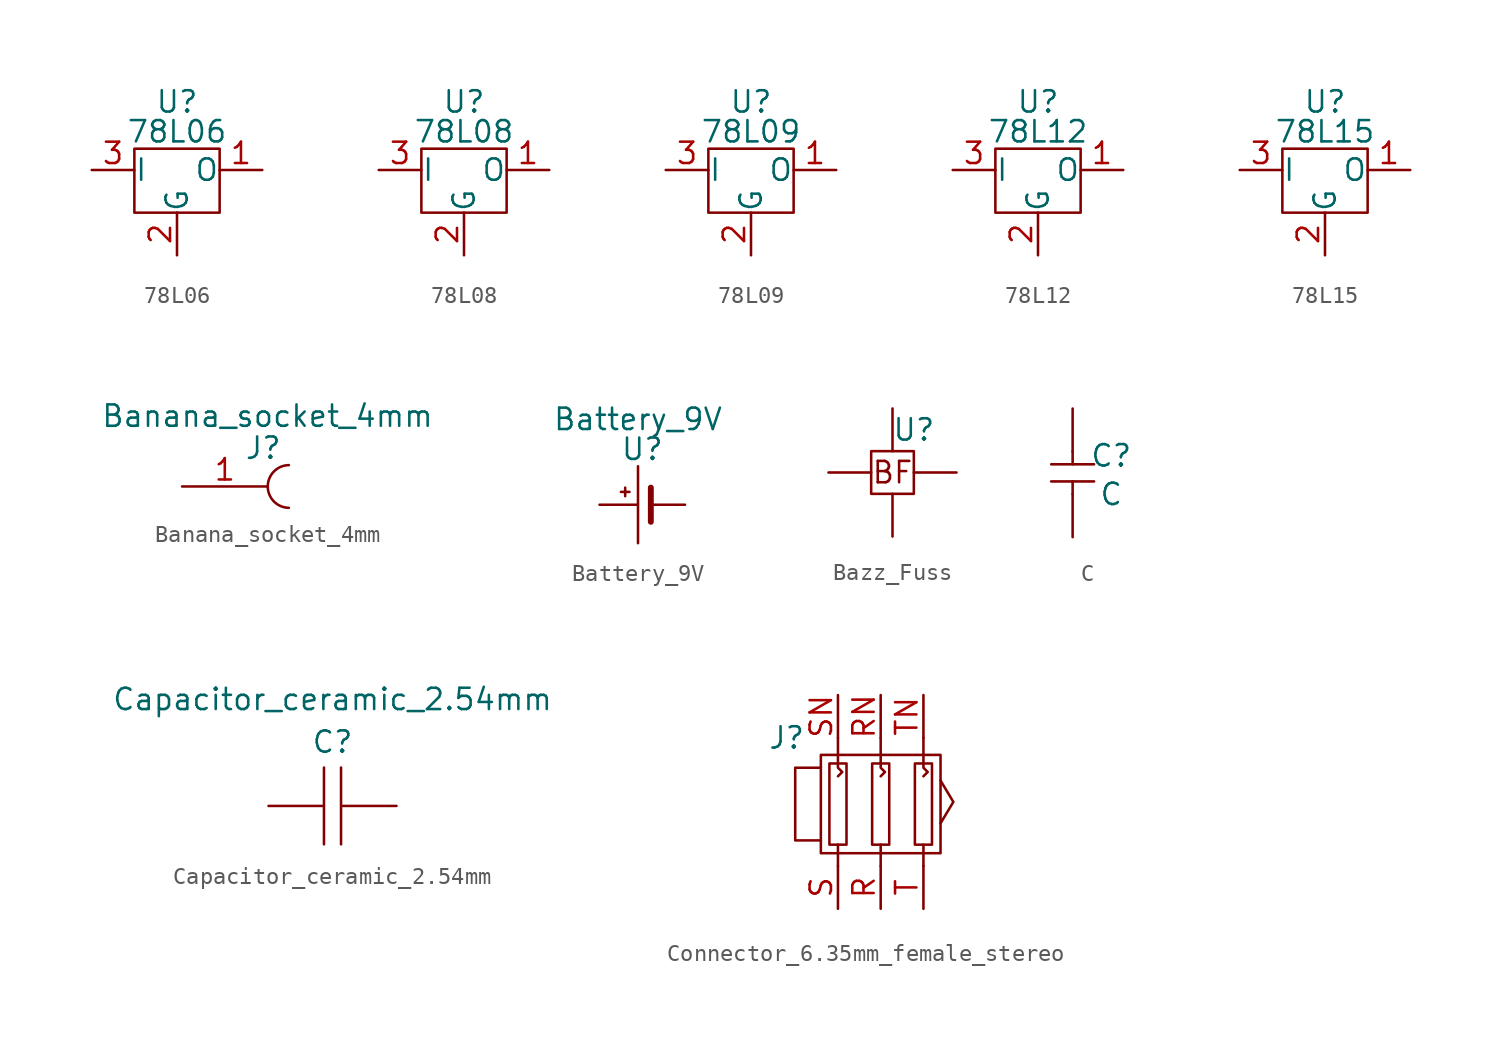
<source format=kicad_sym>
(kicad_symbol_lib
  (version 20211014)
  (generator kicad_symbol_editor)
  (symbol "78L06"
    (pin_names
      (offset 0.002))
    (property "Reference" "U"
      (at 0 4.064 0)
      (effects (font (size 1.27 1.27))))
    (property "Value" "78L06"
      (at 0 2.286 0)
      (effects (font (size 1.27 1.27))))
    (symbol "78L06_0_1"
      (rectangle (start -2.54 1.27) (end 2.54 -2.54) (stroke (width 0) (type default) (color 0 0 0 0)) (fill (type none))))
    (symbol "78L06_1_1"
      (pin power_out line (at 5.08 0 180) (length 2.54) (name "O" (effects (font (size 1.27 1.27)))) (number "1" (effects (font (size 1.27 1.27)))))
      (pin passive line (at 0 -5.08 90) (length 2.54) (name "G" (effects (font (size 1.27 1.27)))) (number "2" (effects (font (size 1.27 1.27)))))
      (pin power_in line (at -5.08 0 0) (length 2.54) (name "I" (effects (font (size 1.27 1.27)))) (number "3" (effects (font (size 1.27 1.27)))))))
  (symbol "78L08"
    (pin_names
      (offset 0.002))
    (property "Reference" "U"
      (at 0 4.064 0)
      (effects (font (size 1.27 1.27))))
    (property "Value" "78L08"
      (at 0 2.286 0)
      (effects (font (size 1.27 1.27))))
    (symbol "78L08_0_1"
      (rectangle (start -2.54 1.27) (end 2.54 -2.54) (stroke (width 0) (type default) (color 0 0 0 0)) (fill (type none))))
    (symbol "78L08_1_1"
      (pin power_out line (at 5.08 0 180) (length 2.54) (name "O" (effects (font (size 1.27 1.27)))) (number "1" (effects (font (size 1.27 1.27)))))
      (pin passive line (at 0 -5.08 90) (length 2.54) (name "G" (effects (font (size 1.27 1.27)))) (number "2" (effects (font (size 1.27 1.27)))))
      (pin power_in line (at -5.08 0 0) (length 2.54) (name "I" (effects (font (size 1.27 1.27)))) (number "3" (effects (font (size 1.27 1.27)))))))
  (symbol "78L09"
    (pin_names
      (offset 0.002))
    (property "Reference" "U"
      (at 0 4.064 0)
      (effects (font (size 1.27 1.27))))
    (property "Value" "78L09"
      (at 0 2.286 0)
      (effects (font (size 1.27 1.27))))
    (symbol "78L09_0_1"
      (rectangle (start -2.54 1.27) (end 2.54 -2.54) (stroke (width 0) (type default) (color 0 0 0 0)) (fill (type none))))
    (symbol "78L09_1_1"
      (pin power_out line (at 5.08 0 180) (length 2.54) (name "O" (effects (font (size 1.27 1.27)))) (number "1" (effects (font (size 1.27 1.27)))))
      (pin passive line (at 0 -5.08 90) (length 2.54) (name "G" (effects (font (size 1.27 1.27)))) (number "2" (effects (font (size 1.27 1.27)))))
      (pin power_in line (at -5.08 0 0) (length 2.54) (name "I" (effects (font (size 1.27 1.27)))) (number "3" (effects (font (size 1.27 1.27)))))))
  (symbol "78L12"
    (pin_names
      (offset 0.002))
    (property "Reference" "U"
      (at 0 4.064 0)
      (effects (font (size 1.27 1.27))))
    (property "Value" "78L12"
      (at 0 2.286 0)
      (effects (font (size 1.27 1.27))))
    (symbol "78L12_0_1"
      (rectangle (start -2.54 1.27) (end 2.54 -2.54) (stroke (width 0) (type default) (color 0 0 0 0)) (fill (type none))))
    (symbol "78L12_1_1"
      (pin power_in line (at 5.08 0 180) (length 2.54) (name "O" (effects (font (size 1.27 1.27)))) (number "1" (effects (font (size 1.27 1.27)))))
      (pin passive line (at 0 -5.08 90) (length 2.54) (name "G" (effects (font (size 1.27 1.27)))) (number "2" (effects (font (size 1.27 1.27)))))
      (pin power_in line (at -5.08 0 0) (length 2.54) (name "I" (effects (font (size 1.27 1.27)))) (number "3" (effects (font (size 1.27 1.27)))))))
  (symbol "78L15"
    (pin_names
      (offset 0.002))
    (property "Reference" "U"
      (at 0 4.064 0)
      (effects (font (size 1.27 1.27))))
    (property "Value" "78L15"
      (at 0 2.286 0)
      (effects (font (size 1.27 1.27))))
    (symbol "78L15_0_1"
      (rectangle (start -2.54 1.27) (end 2.54 -2.54) (stroke (width 0) (type default) (color 0 0 0 0)) (fill (type none))))
    (symbol "78L15_1_1"
      (pin power_out line (at 5.08 0 180) (length 2.54) (name "O" (effects (font (size 1.27 1.27)))) (number "1" (effects (font (size 1.27 1.27)))))
      (pin passive line (at 0 -5.08 90) (length 2.54) (name "G" (effects (font (size 1.27 1.27)))) (number "2" (effects (font (size 1.27 1.27)))))
      (pin power_in line (at -5.08 0 0) (length 2.54) (name "I" (effects (font (size 1.27 1.27)))) (number "3" (effects (font (size 1.27 1.27)))))))
  (symbol "Banana_socket_4mm"
    (pin_names hide)
    (property "Reference" "J"
      (at -0.254 2.286 0)
      (effects (font (size 1.27 1.27))))
    (property "Value" "Banana_socket_4mm"
      (at 0 4.191 0)
      (effects (font (size 1.27 1.27))))
    (symbol "Banana_socket_4mm_0_1"
      (arc (start 1.27 1.27) (mid 0.0158 0) (end 1.27 -1.27) (stroke (width 0) (type default) (color 0 0 0 0)) (fill (type none))))
    (symbol "Banana_socket_4mm_1_1"
      (pin passive line (at -5.08 0 0) (length 5.08) (name "1" (effects (font (size 1.27 1.27)))) (number "1" (effects (font (size 1.27 1.27)))))))
  (symbol "Battery_9V"
    (pin_numbers hide)
    (pin_names hide)
    (property "Reference" "U"
      (at 0 3.302 0)
      (effects (font (size 1.27 1.27))))
    (property "Value" "Battery_9V"
      (at -0.254 5.08 0)
      (effects (font (size 1.27 1.27))))
    (symbol "Battery_9V_0_1"
      (polyline (pts (xy -1.016 1.016) (xy -1.016 0.508)) (stroke (width 0) (type default) (color 0 0 0 0)) (fill (type none)))
      (polyline (pts (xy -0.762 0.762) (xy -1.27 0.762)) (stroke (width 0) (type default) (color 0 0 0 0)) (fill (type none)))
      (polyline (pts (xy -0.254 2.286) (xy -0.254 -2.286)) (stroke (width 0) (type default) (color 0 0 0 0)) (fill (type none)))
      (polyline (pts (xy 0.508 1.016) (xy 0.508 -1.016)) (stroke (width 0.35) (type default) (color 0 0 0 0)) (fill (type none))))
    (symbol "Battery_9V_1_1"
      (pin power_out line (at 2.54 0 180) (length 2.1) (name "N" (effects (font (size 1.27 1.27)))) (number "N" (effects (font (size 1.27 1.27)))))
      (pin power_out line (at -2.54 0 0) (length 2.2) (name "P" (effects (font (size 1.27 1.27)))) (number "P" (effects (font (size 1.27 1.27)))))))
  (symbol "Bazz_Fuss"
    (pin_numbers hide)
    (pin_names hide)
    (property "Reference" "U"
      (at 1.27 2.54 0)
      (effects (font (size 1.27 1.27))))
    (symbol "Bazz_Fuss_0_0"
      (text "BF" (at 0 0 0) (effects (font (size 1.27 1.27)))))
    (symbol "Bazz_Fuss_0_1"
      (rectangle (start -1.27 1.27) (end 1.27 -1.27) (stroke (width 0) (type default) (color 0 0 0 0)) (fill (type none))))
    (symbol "Bazz_Fuss_1_1"
      (pin bidirectional line (at 0 3.81 270) (length 2.54) (name "1" (effects (font (size 1.27 1.27)))) (number "1" (effects (font (size 1.27 1.27)))))
      (pin bidirectional line (at 0 -3.81 90) (length 2.54) (name "2" (effects (font (size 1.27 1.27)))) (number "2" (effects (font (size 1.27 1.27)))))
      (pin bidirectional line (at -3.81 0 0) (length 2.54) (name "3" (effects (font (size 1.27 1.27)))) (number "3" (effects (font (size 1.27 1.27)))))
      (pin bidirectional line (at 3.81 0 180) (length 2.54) (name "4" (effects (font (size 1.27 1.27)))) (number "4" (effects (font (size 1.27 1.27)))))))
  (symbol "C"
    (pin_numbers hide)
    (pin_names hide)
    (property "Reference" "C"
      (at 2.286 1.016 0)
      (effects (font (size 1.27 1.27))))
    (property "Value" "C"
      (at 2.286 -1.27 0)
      (effects (font (size 1.27 1.27))))
    (symbol "C_0_1"
      (polyline (pts (xy 0 -0.508) (xy 0 -1.27)) (stroke (width 0) (type default) (color 0 0 0 0)) (fill (type none)))
      (polyline (pts (xy 0 1.27) (xy 0 0.508)) (stroke (width 0) (type default) (color 0 0 0 0)) (fill (type none)))
      (polyline (pts (xy 1.27 -0.508) (xy -1.27 -0.508)) (stroke (width 0) (type default) (color 0 0 0 0)) (fill (type none)))
      (polyline (pts (xy 1.27 0.508) (xy -1.27 0.508)) (stroke (width 0) (type default) (color 0 0 0 0)) (fill (type none))))
    (symbol "C_1_1"
      (pin passive line (at 0 3.81 270) (length 2.54) (name "1" (effects (font (size 1.27 1.27)))) (number "1" (effects (font (size 1.27 1.27)))))
      (pin passive line (at 0 -3.81 90) (length 2.54) (name "2" (effects (font (size 1.27 1.27)))) (number "2" (effects (font (size 1.27 1.27)))))))
  (symbol "Capacitor_ceramic_2.54mm"
    (pin_numbers hide)
    (pin_names hide)
    (property "Reference" "C"
      (at 0 3.81 0)
      (effects (font (size 1.27 1.27))))
    (property "Value" "Capacitor_ceramic_2.54mm"
      (at 0 6.35 0)
      (effects (font (size 1.27 1.27))))
    (symbol "Capacitor_ceramic_2.54mm_0_1"
      (polyline (pts (xy -0.508 2.286) (xy -0.508 -2.286)) (stroke (width 0) (type default) (color 0 0 0 0)) (fill (type none)))
      (polyline (pts (xy 0.508 2.286) (xy 0.508 -2.286)) (stroke (width 0) (type default) (color 0 0 0 0)) (fill (type none))))
    (symbol "Capacitor_ceramic_2.54mm_1_1"
      (pin passive line (at -3.81 0 0) (length 3.2) (name "1" (effects (font (size 1.27 1.27)))) (number "1" (effects (font (size 1.27 1.27)))))
      (pin passive line (at 3.81 0 180) (length 3.2) (name "2" (effects (font (size 1.27 1.27)))) (number "2" (effects (font (size 1.27 1.27)))))))
  (symbol "Connector_6.35mm_female_stereo"
    (pin_names hide)
    (property "Reference" "J"
      (at -5.588 3.81 0)
      (effects (font (size 1.27 1.27))))
    (symbol "Connector_6.35mm_female_stereo_0_0"
      (rectangle (start -3.556 2.794) (end 3.556 -3.048) (stroke (width 0) (type default) (color 0 0 0 0)) (fill (type none)))
      (polyline (pts (xy -2.54 -3.81) (xy -2.54 -2.54)) (stroke (width 0) (type default) (color 0 0 0 0)) (fill (type none)))
      (polyline (pts (xy 0 -3.81) (xy 0 -2.54)) (stroke (width 0) (type default) (color 0 0 0 0)) (fill (type none)))
      (polyline (pts (xy 2.54 -3.81) (xy 2.54 -2.54)) (stroke (width 0) (type default) (color 0 0 0 0)) (fill (type none)))
      (polyline (pts (xy 3.556 1.27) (xy 4.318 0) (xy 3.556 -1.27)) (stroke (width 0) (type default) (color 0 0 0 0)) (fill (type none)))
      (polyline (pts (xy -3.556 2.032) (xy -5.08 2.032) (xy -5.08 -2.286) (xy -3.556 -2.286)) (stroke (width 0) (type default) (color 0 0 0 0)) (fill (type none))))
    (symbol "Connector_6.35mm_female_stereo_0_1"
      (rectangle (start -3.048 2.286) (end -2.032 -2.54) (stroke (width 0) (type default) (color 0 0 0 0)) (fill (type none)))
      (rectangle (start -0.508 2.286) (end 0.508 -2.54) (stroke (width 0) (type default) (color 0 0 0 0)) (fill (type none)))
      (polyline (pts (xy -2.54 3.81) (xy -2.54 2.032) (xy -2.286 1.778) (xy -2.54 1.524)) (stroke (width 0) (type default) (color 0 0 0 0)) (fill (type none)))
      (polyline (pts (xy 0 3.81) (xy 0 2.032) (xy 0.254 1.778) (xy 0 1.524)) (stroke (width 0) (type default) (color 0 0 0 0)) (fill (type none)))
      (polyline (pts (xy 2.54 3.81) (xy 2.54 2.032) (xy 2.794 1.778) (xy 2.54 1.524)) (stroke (width 0) (type default) (color 0 0 0 0)) (fill (type none)))
      (rectangle (start 2.032 2.286) (end 3.048 -2.54) (stroke (width 0) (type default) (color 0 0 0 0)) (fill (type none))))
    (symbol "Connector_6.35mm_female_stereo_1_1"
      (pin passive line (at 0 -6.35 90) (length 2.54) (name "R" (effects (font (size 1.27 1.27)))) (number "R" (effects (font (size 1.27 1.27)))))
      (pin passive line (at 0 6.35 270) (length 2.54) (name "RN" (effects (font (size 1.27 1.27)))) (number "RN" (effects (font (size 1.27 1.27)))))
      (pin passive line (at -2.54 -6.35 90) (length 2.54) (name "S" (effects (font (size 1.27 1.27)))) (number "S" (effects (font (size 1.27 1.27)))))
      (pin passive line (at -2.54 6.35 270) (length 2.54) (name "SN" (effects (font (size 1.27 1.27)))) (number "SN" (effects (font (size 1.27 1.27)))))
      (pin passive line (at 2.54 -6.35 90) (length 2.54) (name "T" (effects (font (size 1.27 1.27)))) (number "T" (effects (font (size 1.27 1.27)))))
      (pin passive line (at 2.54 6.35 270) (length 2.54) (name "TN" (effects (font (size 1.27 1.27)))) (number "TN" (effects (font (size 1.27 1.27))))))))
</source>
